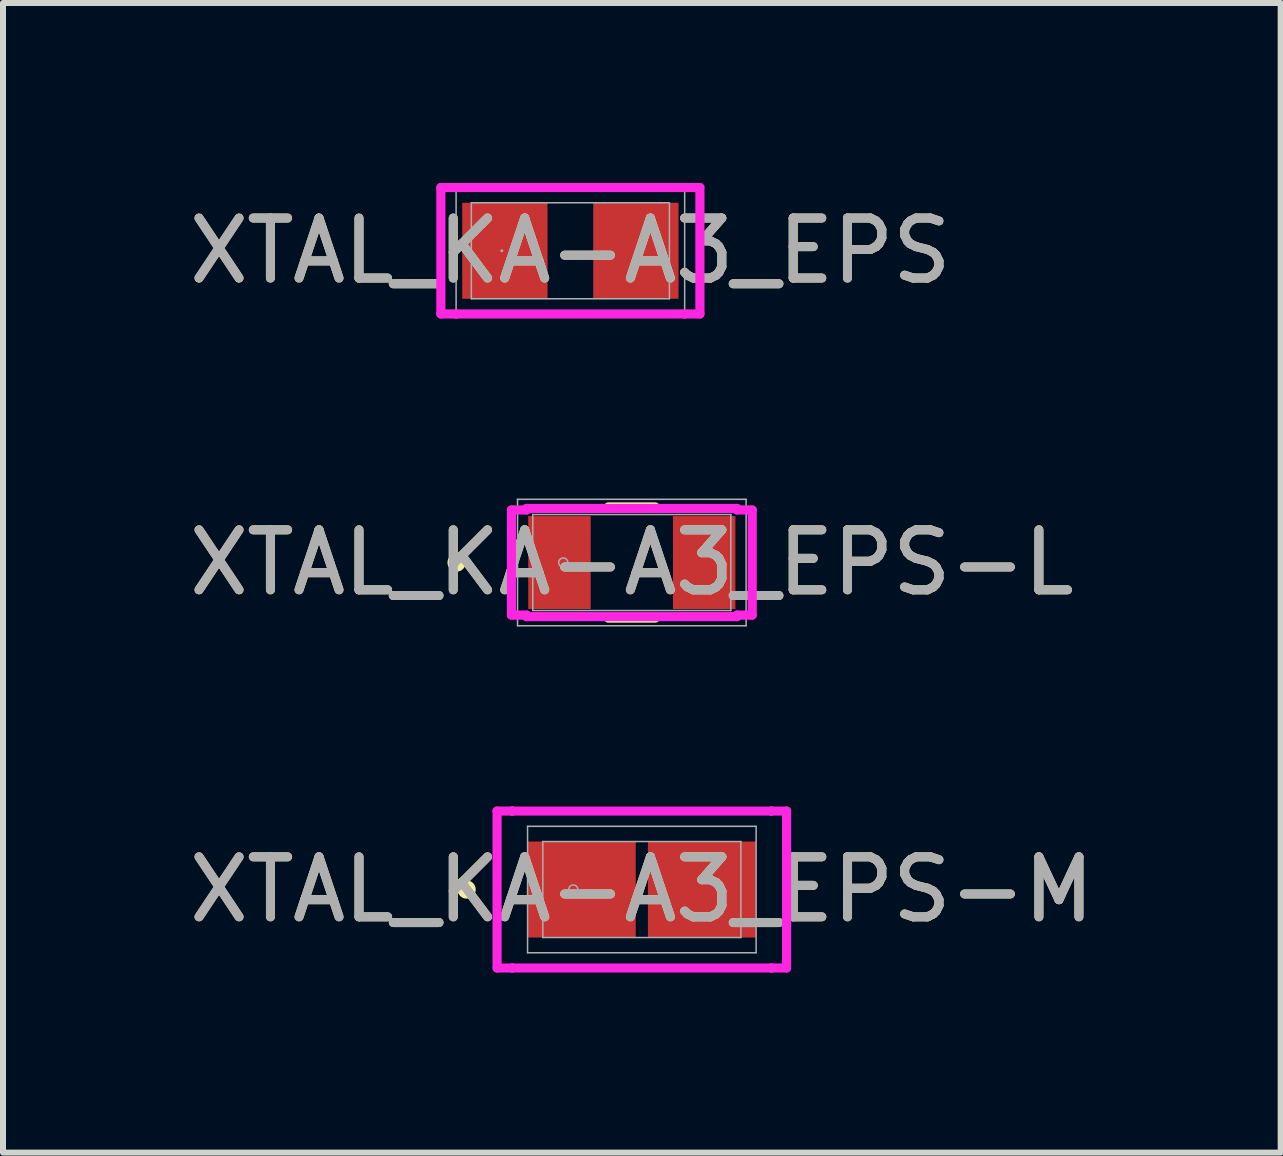
<source format=kicad_pcb>
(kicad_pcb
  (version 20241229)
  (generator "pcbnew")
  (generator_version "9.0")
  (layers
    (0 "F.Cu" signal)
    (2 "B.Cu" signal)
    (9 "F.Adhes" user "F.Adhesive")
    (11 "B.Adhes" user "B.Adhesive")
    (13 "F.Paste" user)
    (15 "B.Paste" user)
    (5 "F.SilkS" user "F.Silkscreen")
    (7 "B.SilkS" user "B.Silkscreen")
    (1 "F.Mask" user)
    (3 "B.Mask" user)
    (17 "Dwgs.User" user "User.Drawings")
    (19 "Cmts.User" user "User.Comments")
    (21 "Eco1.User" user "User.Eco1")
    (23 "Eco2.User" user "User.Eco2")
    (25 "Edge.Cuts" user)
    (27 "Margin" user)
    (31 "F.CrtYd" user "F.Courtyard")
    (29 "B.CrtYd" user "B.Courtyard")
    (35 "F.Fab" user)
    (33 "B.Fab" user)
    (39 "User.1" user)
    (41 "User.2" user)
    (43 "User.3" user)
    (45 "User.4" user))
  (footprint "XTAL_KA-A3_EPS-L"
    (layer "F.Cu")
    (at 7.482 6.327)
    (property "Reference" "XTAL_KA-A3_EPS-L" (at 0 0 0) (unlocked yes) (layer "F.SilkS") (effects (font (size 1 1) (thickness 0.15))))
    (attr smd)
    (fp_line (start -0.39 0.927) (end 0.39 0.927) (stroke (width 0.152) (type solid)) (layer "F.SilkS"))
    (fp_line (start 0.39 -0.927) (end -0.39 -0.927) (stroke (width 0.152) (type solid)) (layer "F.SilkS"))
    (fp_circle (center -2.921 0) (end -2.845 0) (stroke (width 0.152) (type solid)) (fill no) (layer "F.SilkS"))
    (fp_line (start -2.007 -0.876) (end -1.753 -0.876) (stroke (width 0.152) (type solid)) (layer "F.CrtYd"))
    (fp_line (start -2.007 0.876) (end -2.007 -0.876) (stroke (width 0.152) (type solid)) (layer "F.CrtYd"))
    (fp_line (start -1.753 -0.902) (end 1.753 -0.902) (stroke (width 0.152) (type solid)) (layer "F.CrtYd"))
    (fp_line (start -1.753 -0.876) (end -1.753 -0.902) (stroke (width 0.152) (type solid)) (layer "F.CrtYd"))
    (fp_line (start -1.753 0.876) (end -2.007 0.876) (stroke (width 0.152) (type solid)) (layer "F.CrtYd"))
    (fp_line (start -1.753 0.902) (end -1.753 0.876) (stroke (width 0.152) (type solid)) (layer "F.CrtYd"))
    (fp_line (start 1.753 -0.902) (end 1.753 -0.876) (stroke (width 0.152) (type solid)) (layer "F.CrtYd"))
    (fp_line (start 1.753 -0.876) (end 2.007 -0.876) (stroke (width 0.152) (type solid)) (layer "F.CrtYd"))
    (fp_line (start 1.753 0.876) (end 1.753 0.902) (stroke (width 0.152) (type solid)) (layer "F.CrtYd"))
    (fp_line (start 1.753 0.902) (end -1.753 0.902) (stroke (width 0.152) (type solid)) (layer "F.CrtYd"))
    (fp_line (start 2.007 -0.876) (end 2.007 0.876) (stroke (width 0.152) (type solid)) (layer "F.CrtYd"))
    (fp_line (start 2.007 0.876) (end 1.753 0.876) (stroke (width 0.152) (type solid)) (layer "F.CrtYd"))
    (fp_line (start -1.905 -1.054) (end 1.905 -1.054) (stroke (width 0.025) (type solid)) (layer "F.Fab"))
    (fp_line (start -1.905 1.054) (end -1.905 -1.054) (stroke (width 0.025) (type solid)) (layer "F.Fab"))
    (fp_line (start -1.651 -0.8) (end -1.651 0.8) (stroke (width 0.025) (type solid)) (layer "F.Fab"))
    (fp_line (start -1.651 0.8) (end 1.651 0.8) (stroke (width 0.025) (type solid)) (layer "F.Fab"))
    (fp_line (start 1.651 -0.8) (end -1.651 -0.8) (stroke (width 0.025) (type solid)) (layer "F.Fab"))
    (fp_line (start 1.651 0.8) (end 1.651 -0.8) (stroke (width 0.025) (type solid)) (layer "F.Fab"))
    (fp_line (start 1.905 -1.054) (end 1.905 1.054) (stroke (width 0.025) (type solid)) (layer "F.Fab"))
    (fp_line (start 1.905 1.054) (end -1.905 1.054) (stroke (width 0.025) (type solid)) (layer "F.Fab"))
    (fp_circle (center -1.143 0) (end -1.067 0) (stroke (width 0.025) (type solid)) (fill no) (layer "F.Fab"))
    (fp_text user "${REFERENCE}" (at 0 0 0) (unlocked yes) (layer "F.Fab") (effects (font (size 1 1) (thickness 0.15))))
    (pad "1" smd rect (at -1.206 0 90) (size 1.549 1.041) (layers "F.Cu" "F.Mask" "F.Paste"))
    (pad "2" smd rect (at 1.206 0 90) (size 1.549 1.041) (layers "F.Cu" "F.Mask" "F.Paste"))
    (zone (net_name "") (layer "F.Cu") (hatch full 0.508) (connect_pads) (min_thickness 0.254) (filled_areas_thickness no) (keepout (tracks not_allowed) (vias not_allowed) (pads allowed) (copperpour not_allowed) (footprints allowed)) (placement (enabled no)) (fill) (polygon (pts (xy 6.847 5.476) (xy 8.117 5.476) (xy 8.117 7.178) (xy 6.847 7.178)))))
  (footprint "XTAL_KA-A3_EPS-M"
    (layer "F.Cu")
    (at 7.649 11.778)
    (property "Reference" "XTAL_KA-A3_EPS-M" (at 0 0 0) (unlocked yes) (layer "F.SilkS") (effects (font (size 1 1) (thickness 0.15))))
    (attr smd)
    (fp_circle (center -2.921 0) (end -2.845 0) (stroke (width 0.152) (type solid)) (fill no) (layer "F.SilkS"))
    (fp_line (start -2.413 -1.308) (end -2.159 -1.308) (stroke (width 0.152) (type solid)) (layer "F.CrtYd"))
    (fp_line (start -2.413 1.308) (end -2.413 -1.308) (stroke (width 0.152) (type solid)) (layer "F.CrtYd"))
    (fp_line (start -2.159 -1.308) (end -2.159 -1.308) (stroke (width 0.152) (type solid)) (layer "F.CrtYd"))
    (fp_line (start -2.159 -1.308) (end 2.159 -1.308) (stroke (width 0.152) (type solid)) (layer "F.CrtYd"))
    (fp_line (start -2.159 1.308) (end -2.413 1.308) (stroke (width 0.152) (type solid)) (layer "F.CrtYd"))
    (fp_line (start -2.159 1.308) (end -2.159 1.308) (stroke (width 0.152) (type solid)) (layer "F.CrtYd"))
    (fp_line (start 2.159 -1.308) (end 2.159 -1.308) (stroke (width 0.152) (type solid)) (layer "F.CrtYd"))
    (fp_line (start 2.159 -1.308) (end 2.413 -1.308) (stroke (width 0.152) (type solid)) (layer "F.CrtYd"))
    (fp_line (start 2.159 1.308) (end -2.159 1.308) (stroke (width 0.152) (type solid)) (layer "F.CrtYd"))
    (fp_line (start 2.159 1.308) (end 2.159 1.308) (stroke (width 0.152) (type solid)) (layer "F.CrtYd"))
    (fp_line (start 2.413 -1.308) (end 2.413 1.308) (stroke (width 0.152) (type solid)) (layer "F.CrtYd"))
    (fp_line (start 2.413 1.308) (end 2.159 1.308) (stroke (width 0.152) (type solid)) (layer "F.CrtYd"))
    (fp_line (start -1.905 -1.054) (end 1.905 -1.054) (stroke (width 0.025) (type solid)) (layer "F.Fab"))
    (fp_line (start -1.905 1.054) (end -1.905 -1.054) (stroke (width 0.025) (type solid)) (layer "F.Fab"))
    (fp_line (start -1.651 -0.8) (end -1.651 0.8) (stroke (width 0.025) (type solid)) (layer "F.Fab"))
    (fp_line (start -1.651 0.8) (end 1.651 0.8) (stroke (width 0.025) (type solid)) (layer "F.Fab"))
    (fp_line (start 1.651 -0.8) (end -1.651 -0.8) (stroke (width 0.025) (type solid)) (layer "F.Fab"))
    (fp_line (start 1.651 0.8) (end 1.651 -0.8) (stroke (width 0.025) (type solid)) (layer "F.Fab"))
    (fp_line (start 1.905 -1.054) (end 1.905 1.054) (stroke (width 0.025) (type solid)) (layer "F.Fab"))
    (fp_line (start 1.905 1.054) (end -1.905 1.054) (stroke (width 0.025) (type solid)) (layer "F.Fab"))
    (fp_circle (center -1.143 0) (end -1.067 0) (stroke (width 0.025) (type solid)) (fill no) (layer "F.Fab"))
    (fp_text user "${REFERENCE}" (at 0 0 0) (unlocked yes) (layer "F.Fab") (effects (font (size 1 1) (thickness 0.15))))
    (pad "1" smd rect (at -1.003 0 90) (size 1.6 1.803) (layers "F.Cu" "F.Mask" "F.Paste"))
    (pad "2" smd rect (at 1.003 0 90) (size 1.6 1.803) (layers "F.Cu" "F.Mask" "F.Paste"))
    (zone (net_name "") (layer "F.Cu") (hatch full 0.508) (connect_pads) (min_thickness 0.254) (filled_areas_thickness no) (keepout (tracks not_allowed) (vias not_allowed) (pads allowed) (copperpour not_allowed) (footprints allowed)) (placement (enabled no)) (fill) (polygon (pts (xy 7.598 10.928) (xy 7.7 10.928) (xy 7.7 12.629) (xy 7.598 12.629)))))
  (footprint "XTAL_KA-A3_EPS"
    (layer "F.Cu")
    (at 6.458 1.13)
    (property "Reference" "XTAL_KA-A3_EPS" (at 0 0 0) (unlocked yes) (layer "F.SilkS") (effects (font (size 1 1) (thickness 0.15))))
    (attr smd)
    (fp_line (start -2.159 -1.054) (end -1.905 -1.054) (stroke (width 0.152) (type solid)) (layer "F.CrtYd"))
    (fp_line (start -2.159 1.054) (end -2.159 -1.054) (stroke (width 0.152) (type solid)) (layer "F.CrtYd"))
    (fp_line (start -1.905 -1.054) (end -1.905 -1.054) (stroke (width 0.152) (type solid)) (layer "F.CrtYd"))
    (fp_line (start -1.905 -1.054) (end 1.905 -1.054) (stroke (width 0.152) (type solid)) (layer "F.CrtYd"))
    (fp_line (start -1.905 1.054) (end -2.159 1.054) (stroke (width 0.152) (type solid)) (layer "F.CrtYd"))
    (fp_line (start -1.905 1.054) (end -1.905 1.054) (stroke (width 0.152) (type solid)) (layer "F.CrtYd"))
    (fp_line (start 1.905 -1.054) (end 1.905 -1.054) (stroke (width 0.152) (type solid)) (layer "F.CrtYd"))
    (fp_line (start 1.905 -1.054) (end 2.159 -1.054) (stroke (width 0.152) (type solid)) (layer "F.CrtYd"))
    (fp_line (start 1.905 1.054) (end -1.905 1.054) (stroke (width 0.152) (type solid)) (layer "F.CrtYd"))
    (fp_line (start 1.905 1.054) (end 1.905 1.054) (stroke (width 0.152) (type solid)) (layer "F.CrtYd"))
    (fp_line (start 2.159 -1.054) (end 2.159 1.054) (stroke (width 0.152) (type solid)) (layer "F.CrtYd"))
    (fp_line (start 2.159 1.054) (end 1.905 1.054) (stroke (width 0.152) (type solid)) (layer "F.CrtYd"))
    (fp_line (start -1.905 -1.054) (end 1.905 -1.054) (stroke (width 0.025) (type solid)) (layer "F.Fab"))
    (fp_line (start -1.905 1.054) (end -1.905 -1.054) (stroke (width 0.025) (type solid)) (layer "F.Fab"))
    (fp_line (start -1.651 -0.8) (end -1.651 0.8) (stroke (width 0.025) (type solid)) (layer "F.Fab"))
    (fp_line (start -1.651 0.8) (end 1.651 0.8) (stroke (width 0.025) (type solid)) (layer "F.Fab"))
    (fp_line (start 1.651 -0.8) (end -1.651 -0.8) (stroke (width 0.025) (type solid)) (layer "F.Fab"))
    (fp_line (start 1.651 0.8) (end 1.651 -0.8) (stroke (width 0.025) (type solid)) (layer "F.Fab"))
    (fp_line (start 1.905 -1.054) (end 1.905 1.054) (stroke (width 0.025) (type solid)) (layer "F.Fab"))
    (fp_line (start 1.905 1.054) (end -1.905 1.054) (stroke (width 0.025) (type solid)) (layer "F.Fab"))
    (fp_circle (center -1.143 0) (end -1.143 0) (stroke (width 0.025) (type solid)) (fill no) (layer "F.Fab"))
    (fp_text user "${REFERENCE}" (at 0 0 0) (unlocked yes) (layer "F.Fab") (effects (font (size 1 1) (thickness 0.15))))
    (pad "1" smd rect (at -1.092 0 90) (size 1.6 1.422) (layers "F.Cu" "F.Mask" "F.Paste"))
    (pad "2" smd rect (at 1.092 0 90) (size 1.6 1.422) (layers "F.Cu" "F.Mask" "F.Paste"))
    (zone (net_name "") (layer "F.Cu") (hatch full 0.508) (connect_pads) (min_thickness 0.254) (filled_areas_thickness no) (keepout (tracks not_allowed) (vias not_allowed) (pads allowed) (copperpour not_allowed) (footprints allowed)) (placement (enabled no)) (fill) (polygon (pts (xy 6.128 0.279) (xy 6.789 0.279) (xy 6.789 1.981) (xy 6.128 1.981)))))
  (gr_rect
    (start -3 -3)
    (end 18.298 16.163)
    (stroke (width 0.1) (type default))
    (fill no)
    (layer "Edge.Cuts")))
</source>
